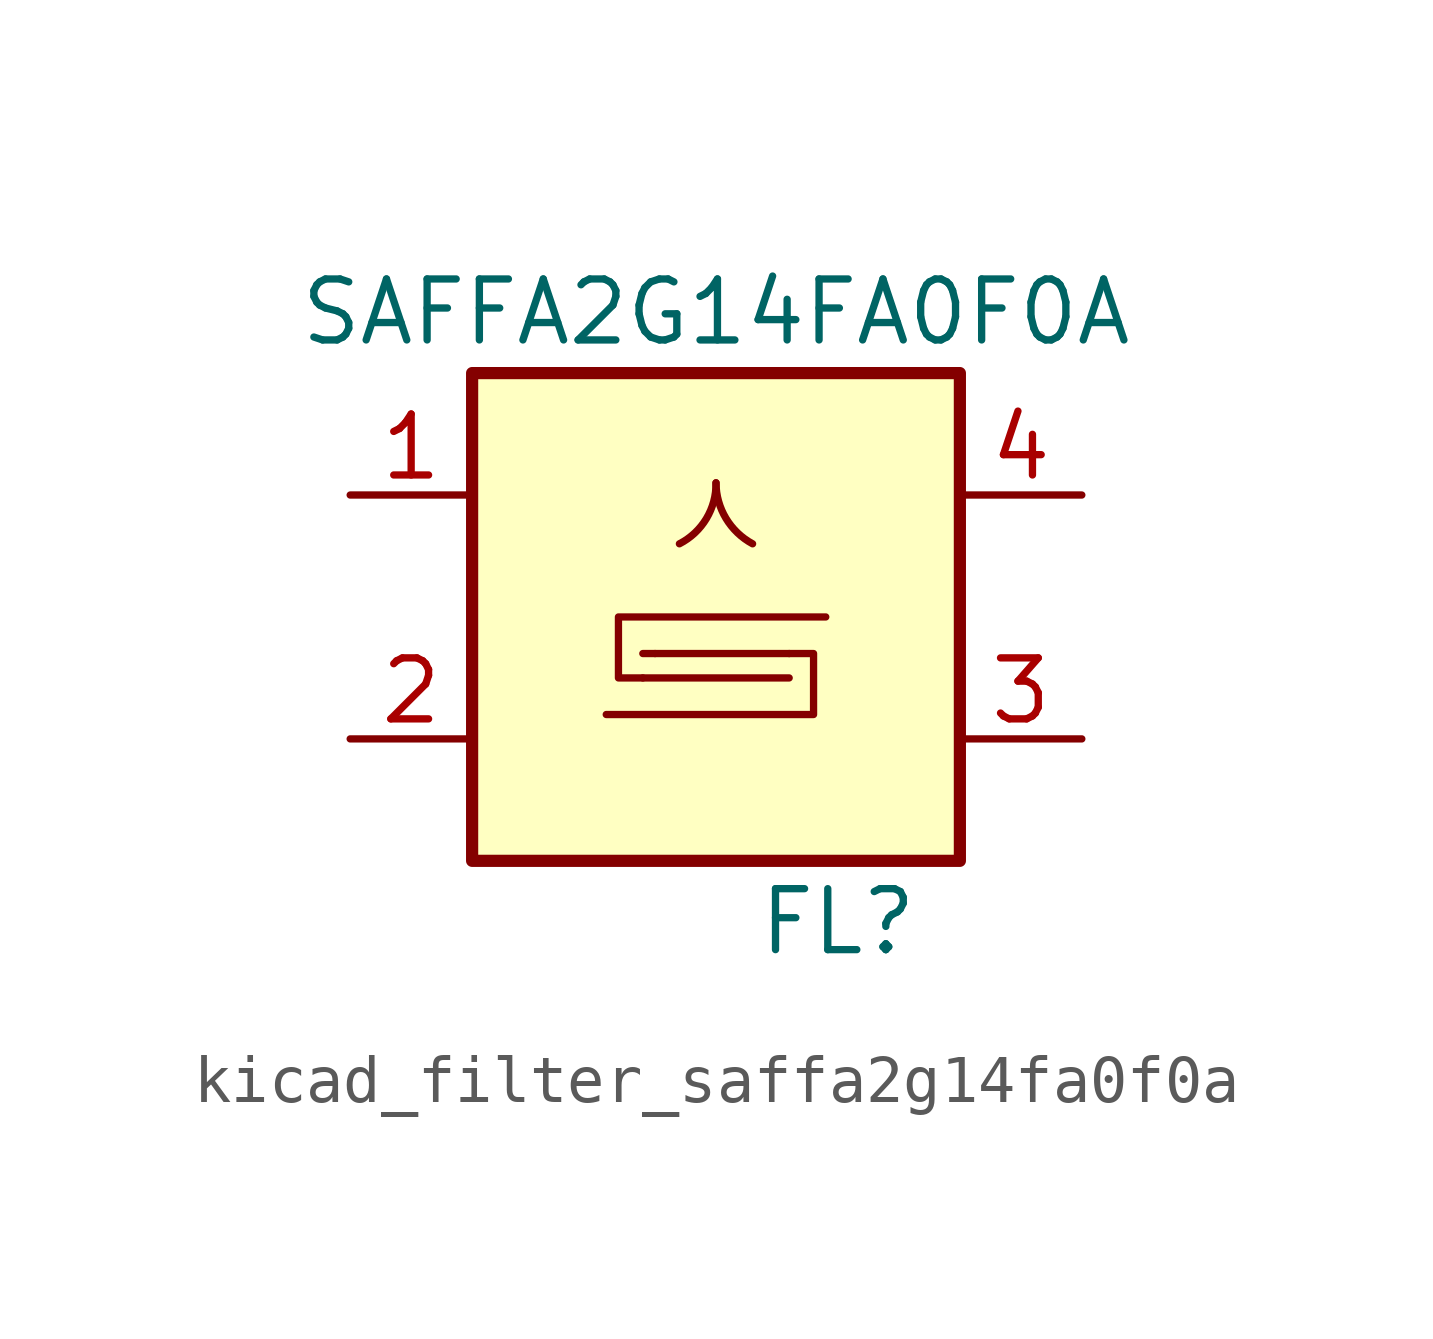
<source format=kicad_sym>
(kicad_symbol_lib
  (version 20220914)
  (generator kicad_symbol_editor)
  (symbol "kicad_filter_saffa2g14fa0f0a"
    (pin_names
      (offset 1.016))
    (property "Reference" "FL"
      (at 2.54 -6.35 0)
      (effects (font (size 1.27 1.27))))
    (property "Value" "SAFFA2G14FA0F0A"
      (at 0 6.35 0)
      (effects (font (size 1.27 1.27))))
    (symbol "kicad_filter_saffa2g14fa0f0a_0_1"
      (rectangle (start -5.08 5.08) (end 5.08 -5.08) (stroke (width 0.254) (type default)) (fill (type background)))
      (arc (start -0.762 1.524) (mid -0.1988 2.0511) (end 0 2.794) (stroke (width 0) (type default)) (fill (type none)))
      (polyline (pts (xy -1.524 -0.762) (xy -1.27 -0.762)) (stroke (width 0) (type default)) (fill (type none)))
      (polyline (pts (xy 1.524 -1.27) (xy -1.524 -1.27)) (stroke (width 0) (type default)) (fill (type none)))
      (polyline (pts (xy 1.524 -0.762) (xy -1.27 -0.762)) (stroke (width 0) (type default)) (fill (type none)))
      (polyline (pts (xy -1.524 -1.27) (xy -2.032 -1.27) (xy -2.032 0) (xy 2.286 0)) (stroke (width 0) (type default)) (fill (type none)))
      (polyline (pts (xy 1.524 -0.762) (xy 2.032 -0.762) (xy 2.032 -2.032) (xy -2.286 -2.032)) (stroke (width 0) (type default)) (fill (type none)))
      (arc (start 0 2.794) (mid 0.2065 2.0558) (end 0.762 1.524) (stroke (width 0) (type default)) (fill (type none))))
    (symbol "kicad_filter_saffa2g14fa0f0a_1_1"
      (pin passive line (at -7.62 2.54 0) (length 2.54) (name "~" (effects (font (size 1.27 1.27)))) (number "1" (effects (font (size 1.27 1.27)))))
      (pin passive line (at -7.62 -2.54 0) (length 2.54) (name "~" (effects (font (size 1.27 1.27)))) (number "2" (effects (font (size 1.27 1.27)))))
      (pin passive line (at 7.62 -2.54 180) (length 2.54) (name "~" (effects (font (size 1.27 1.27)))) (number "3" (effects (font (size 1.27 1.27)))))
      (pin passive line (at 7.62 2.54 180) (length 2.54) (name "~" (effects (font (size 1.27 1.27)))) (number "4" (effects (font (size 1.27 1.27)))))
      (pin passive line (at -7.62 -2.54 0) (length 2.54) hide (name "~" (effects (font (size 1.27 1.27)))) (number "5" (effects (font (size 1.27 1.27))))))))
</source>
